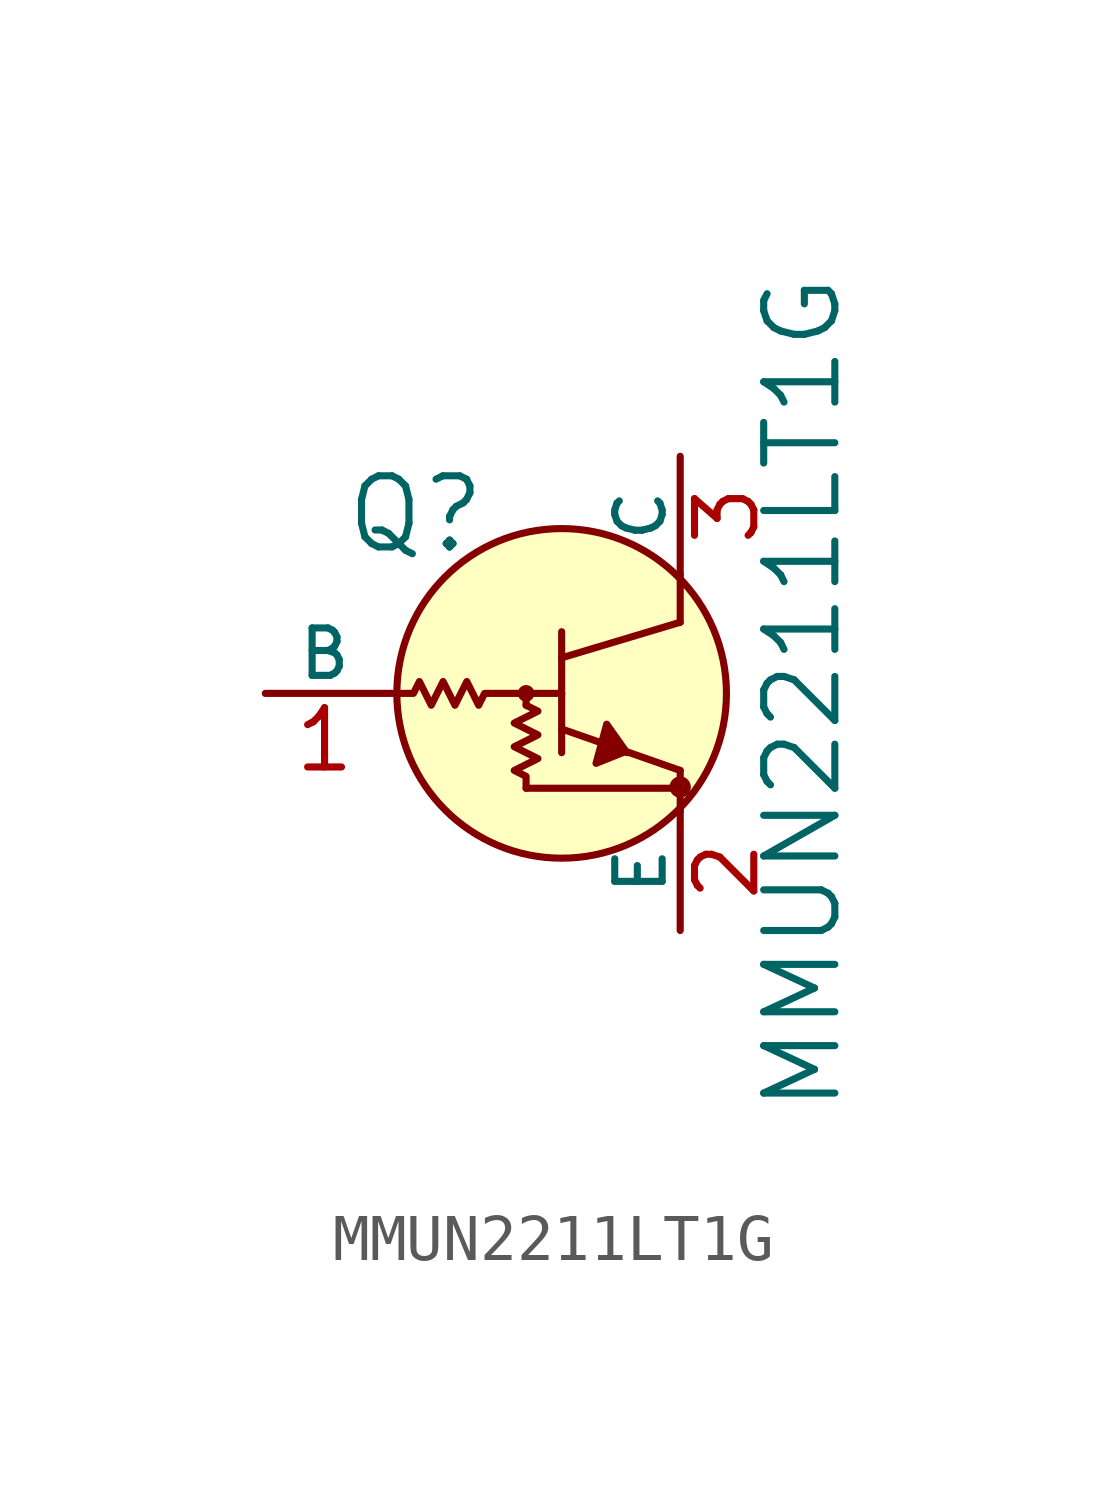
<source format=kicad_sym>
(kicad_symbol_lib
  (version 20231120)
  (generator "kicad_symbol_editor")
  (generator_version "8.0")
  (symbol "MMUN2211LT1G"
    (pin_names
      (offset 0))
    (property "Reference" "Q"
      (at -4.115 3.835 0)
      (effects (font (size 1.524 1.524)) (justify right)))
    (property "Value" "MMUN2211LT1G"
      (at 2.616 0 90)
      (effects (font (size 1.524 1.524))))
    (symbol "MMUN2211LT1G_0_1"
      (circle (center -3.302 0) (radius 0.102) (stroke (width 0) (type solid)) (fill (type none)))
      (circle (center -2.54 0) (radius 3.531) (stroke (width 0) (type solid)) (fill (type background)))
      (circle (center 0 -2.007) (radius 0.076) (stroke (width 0) (type solid)) (fill (type none)))
      (polyline (pts (xy -3.302 -2.032) (xy 0 -2.032)) (stroke (width 0) (type solid)) (fill (type none)))
      (polyline (pts (xy -3.302 0) (xy -3.302 -0.254)) (stroke (width 0) (type solid)) (fill (type none)))
      (polyline (pts (xy -2.54 -0.762) (xy 0 -1.651)) (stroke (width 0) (type solid)) (fill (type none)))
      (polyline (pts (xy -2.54 0) (xy -2.54 -1.27)) (stroke (width 0) (type solid)) (fill (type none)))
      (polyline (pts (xy -2.54 0) (xy -2.54 1.321)) (stroke (width 0) (type solid)) (fill (type none)))
      (polyline (pts (xy -2.54 0.762) (xy 0 1.524)) (stroke (width 0) (type solid)) (fill (type none)))
      (polyline (pts (xy 0 -2.54) (xy 0 -1.651)) (stroke (width 0) (type solid)) (fill (type none)))
      (polyline (pts (xy 0 2.54) (xy 0 1.524)) (stroke (width 0) (type solid)) (fill (type none)))
      (polyline (pts (xy -1.143 -1.27) (xy -1.575 -0.66) (xy -1.803 -1.499) (xy -1.168 -1.245)) (stroke (width 0) (type solid)) (fill (type outline)))
      (polyline (pts (xy -3.302 -0.254) (xy -3.048 -0.381) (xy -3.556 -0.635) (xy -3.048 -0.889) (xy -3.556 -1.143) (xy -3.048 -1.397) (xy -3.556 -1.651) (xy -3.302 -1.778) (xy -3.302 -2.032)) (stroke (width 0) (type solid)) (fill (type none)))
      (polyline (pts (xy -6.35 0) (xy -5.715 0) (xy -5.588 0.254) (xy -5.334 -0.254) (xy -5.08 0.254) (xy -4.826 -0.254) (xy -4.572 0.254) (xy -4.318 -0.254) (xy -4.191 0) (xy -2.54 0)) (stroke (width 0) (type solid)) (fill (type none))))
    (symbol "MMUN2211LT1G_1_1"
      (pin input line (at -8.89 0 0) (length 2.54) (name "B" (effects (font (size 1.016 1.016)))) (number "1" (effects (font (size 1.27 1.27)))))
      (pin passive line (at 0 -5.08 90) (length 2.54) (name "E" (effects (font (size 1.016 1.016)))) (number "2" (effects (font (size 1.27 1.27)))))
      (pin passive line (at 0 5.08 270) (length 2.54) (name "C" (effects (font (size 1.016 1.016)))) (number "3" (effects (font (size 1.27 1.27))))))))
</source>
